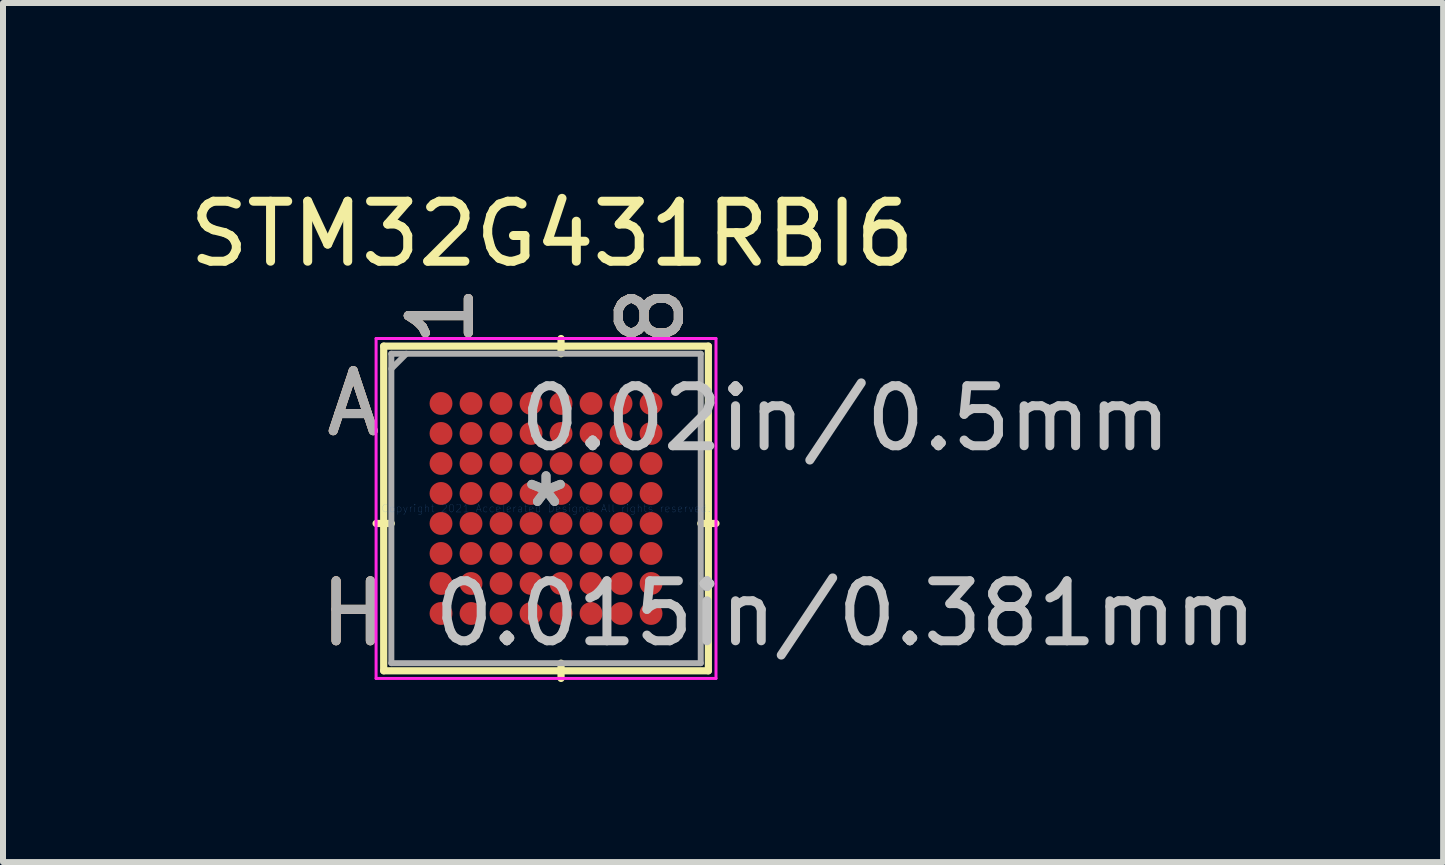
<source format=kicad_pcb>
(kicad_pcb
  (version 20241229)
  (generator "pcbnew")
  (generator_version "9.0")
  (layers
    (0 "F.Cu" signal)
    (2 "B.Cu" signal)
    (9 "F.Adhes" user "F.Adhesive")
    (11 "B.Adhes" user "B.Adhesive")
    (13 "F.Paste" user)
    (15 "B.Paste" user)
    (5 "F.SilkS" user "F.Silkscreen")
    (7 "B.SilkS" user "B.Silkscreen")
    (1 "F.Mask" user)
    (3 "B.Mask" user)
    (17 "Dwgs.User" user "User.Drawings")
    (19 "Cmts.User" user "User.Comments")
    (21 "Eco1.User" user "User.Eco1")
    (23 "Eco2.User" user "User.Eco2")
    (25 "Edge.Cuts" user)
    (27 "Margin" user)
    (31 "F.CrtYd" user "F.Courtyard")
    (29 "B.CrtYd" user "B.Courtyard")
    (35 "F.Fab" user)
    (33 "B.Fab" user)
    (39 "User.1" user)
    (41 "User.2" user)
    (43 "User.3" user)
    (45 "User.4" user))
  (footprint "STM32G431RBI6"
    (layer "F.Cu")
    (at 6.049 5.423)
    (property "Reference" "STM32G431RBI6" (at 0.1 -4.575 0) (layer "F.SilkS") (effects (font (size 1 1) (thickness 0.15))))
    (attr through_hole)
    (fp_line (start -2.705 -2.705) (end -2.705 2.705) (stroke (width 0.12) (type solid)) (layer "F.SilkS"))
    (fp_line (start -2.705 2.705) (end 2.705 2.705) (stroke (width 0.12) (type solid)) (layer "F.SilkS"))
    (fp_line (start -2.578 0.25) (end -2.832 0.25) (stroke (width 0.12) (type solid)) (layer "F.SilkS"))
    (fp_line (start 0.25 -2.578) (end 0.25 -2.832) (stroke (width 0.12) (type solid)) (layer "F.SilkS"))
    (fp_line (start 0.25 2.578) (end 0.25 2.832) (stroke (width 0.12) (type solid)) (layer "F.SilkS"))
    (fp_line (start 2.578 0.25) (end 2.832 0.25) (stroke (width 0.12) (type solid)) (layer "F.SilkS"))
    (fp_line (start 2.705 -2.705) (end -2.705 -2.705) (stroke (width 0.12) (type solid)) (layer "F.SilkS"))
    (fp_line (start 2.705 2.705) (end 2.705 -2.705) (stroke (width 0.12) (type solid)) (layer "F.SilkS"))
    (fp_line (start -2.832 -2.832) (end 2.832 -2.832) (stroke (width 0.05) (type solid)) (layer "F.CrtYd"))
    (fp_line (start -2.832 2.832) (end -2.832 -2.832) (stroke (width 0.05) (type solid)) (layer "F.CrtYd"))
    (fp_line (start 2.832 -2.832) (end 2.832 2.832) (stroke (width 0.05) (type solid)) (layer "F.CrtYd"))
    (fp_line (start 2.832 2.832) (end -2.832 2.832) (stroke (width 0.05) (type solid)) (layer "F.CrtYd"))
    (fp_line (start -2.578 -2.578) (end -2.578 2.578) (stroke (width 0.1) (type solid)) (layer "F.Fab"))
    (fp_line (start -2.578 2.578) (end 2.578 2.578) (stroke (width 0.1) (type solid)) (layer "F.Fab"))
    (fp_line (start -2.328 -2.578) (end -2.578 -2.328) (stroke (width 0.1) (type solid)) (layer "F.Fab"))
    (fp_line (start 2.578 -2.578) (end -2.578 -2.578) (stroke (width 0.1) (type solid)) (layer "F.Fab"))
    (fp_line (start 2.578 2.578) (end 2.578 -2.578) (stroke (width 0.1) (type solid)) (layer "F.Fab"))
    (fp_text user "1" (at -1.75 -3.213 90) (layer "F.SilkS") (effects (font (size 1 1) (thickness 0.15))))
    (fp_text user "A" (at -3.213 -1.75 0) (layer "F.SilkS") (effects (font (size 1 1) (thickness 0.15))))
    (fp_text user "8" (at 1.75 -3.213 90) (layer "F.SilkS") (effects (font (size 1 1) (thickness 0.15))))
    (fp_text user "H" (at -3.213 1.75 0) (layer "F.SilkS") (effects (font (size 1 1) (thickness 0.15))))
    (fp_text user "H" (at -3.213 1.75 0) (layer "B.SilkS") (effects (font (size 1 1) (thickness 0.15))))
    (fp_text user "8" (at 1.75 -3.213 90) (layer "B.SilkS") (effects (font (size 1 1) (thickness 0.15))))
    (fp_text user "1" (at -1.75 -3.213 90) (layer "B.SilkS") (effects (font (size 1 1) (thickness 0.15))))
    (fp_text user "A" (at -3.213 -1.75 0) (layer "B.SilkS") (effects (font (size 1 1) (thickness 0.15))))
    (fp_text user "0.02in/0.5mm" (at 4.991 -1.5 0) (layer "Dwgs.User") (effects (font (size 1 1) (thickness 0.15))))
    (fp_text user "0.015in/0.381mm" (at 4.991 1.75 0) (layer "Dwgs.User") (effects (font (size 1 1) (thickness 0.15))))
    (fp_text user "Copyright 2021 Accelerated Designs. All rights reserved." (at 0 0 0) (layer "Cmts.User") (effects (font (size 0.127 0.127) (thickness 0.002))))
    (fp_text user "A" (at -3.213 -1.75 0) (layer "F.Fab") (effects (font (size 1 1) (thickness 0.15))))
    (fp_text user "8" (at 1.75 -3.213 90) (layer "F.Fab") (effects (font (size 1 1) (thickness 0.15))))
    (fp_text user "*" (at 0 0 0) (layer "F.Fab") (effects (font (size 1 1) (thickness 0.15))))
    (fp_text user "1" (at -1.75 -3.213 90) (layer "F.Fab") (effects (font (size 1 1) (thickness 0.15))))
    (fp_text user "*" (at 0 0 0) (layer "F.Fab") (effects (font (size 1 1) (thickness 0.15))))
    (fp_text user "H" (at -3.213 1.75 0) (layer "F.Fab") (effects (font (size 1 1) (thickness 0.15))))
    (pad "A1" smd circle (at -1.75 -1.75) (size 0.381 0.381) (layers "F.Cu" "F.Mask" "F.Paste"))
    (pad "A2" smd circle (at -1.25 -1.75) (size 0.381 0.381) (layers "F.Cu" "F.Mask" "F.Paste"))
    (pad "A3" smd circle (at -0.75 -1.75) (size 0.381 0.381) (layers "F.Cu" "F.Mask" "F.Paste"))
    (pad "A4" smd circle (at -0.25 -1.75) (size 0.381 0.381) (layers "F.Cu" "F.Mask" "F.Paste"))
    (pad "A5" smd circle (at 0.25 -1.75) (size 0.381 0.381) (layers "F.Cu" "F.Mask" "F.Paste"))
    (pad "A6" smd circle (at 0.75 -1.75) (size 0.381 0.381) (layers "F.Cu" "F.Mask" "F.Paste"))
    (pad "A7" smd circle (at 1.25 -1.75) (size 0.381 0.381) (layers "F.Cu" "F.Mask" "F.Paste"))
    (pad "A8" smd circle (at 1.75 -1.75) (size 0.381 0.381) (layers "F.Cu" "F.Mask" "F.Paste"))
    (pad "B1" smd circle (at -1.75 -1.25) (size 0.381 0.381) (layers "F.Cu" "F.Mask" "F.Paste"))
    (pad "B2" smd circle (at -1.25 -1.25) (size 0.381 0.381) (layers "F.Cu" "F.Mask" "F.Paste"))
    (pad "B3" smd circle (at -0.75 -1.25) (size 0.381 0.381) (layers "F.Cu" "F.Mask" "F.Paste"))
    (pad "B4" smd circle (at -0.25 -1.25) (size 0.381 0.381) (layers "F.Cu" "F.Mask" "F.Paste"))
    (pad "B5" smd circle (at 0.25 -1.25) (size 0.381 0.381) (layers "F.Cu" "F.Mask" "F.Paste"))
    (pad "B6" smd circle (at 0.75 -1.25) (size 0.381 0.381) (layers "F.Cu" "F.Mask" "F.Paste"))
    (pad "B7" smd circle (at 1.25 -1.25) (size 0.381 0.381) (layers "F.Cu" "F.Mask" "F.Paste"))
    (pad "B8" smd circle (at 1.75 -1.25) (size 0.381 0.381) (layers "F.Cu" "F.Mask" "F.Paste"))
    (pad "C1" smd circle (at -1.75 -0.75) (size 0.381 0.381) (layers "F.Cu" "F.Mask" "F.Paste"))
    (pad "C2" smd circle (at -1.25 -0.75) (size 0.381 0.381) (layers "F.Cu" "F.Mask" "F.Paste"))
    (pad "C3" smd circle (at -0.75 -0.75) (size 0.381 0.381) (layers "F.Cu" "F.Mask" "F.Paste"))
    (pad "C4" smd circle (at -0.25 -0.75) (size 0.381 0.381) (layers "F.Cu" "F.Mask" "F.Paste"))
    (pad "C5" smd circle (at 0.25 -0.75) (size 0.381 0.381) (layers "F.Cu" "F.Mask" "F.Paste"))
    (pad "C6" smd circle (at 0.75 -0.75) (size 0.381 0.381) (layers "F.Cu" "F.Mask" "F.Paste"))
    (pad "C7" smd circle (at 1.25 -0.75) (size 0.381 0.381) (layers "F.Cu" "F.Mask" "F.Paste"))
    (pad "C8" smd circle (at 1.75 -0.75) (size 0.381 0.381) (layers "F.Cu" "F.Mask" "F.Paste"))
    (pad "D1" smd circle (at -1.75 -0.25) (size 0.381 0.381) (layers "F.Cu" "F.Mask" "F.Paste"))
    (pad "D2" smd circle (at -1.25 -0.25) (size 0.381 0.381) (layers "F.Cu" "F.Mask" "F.Paste"))
    (pad "D3" smd circle (at -0.75 -0.25) (size 0.381 0.381) (layers "F.Cu" "F.Mask" "F.Paste"))
    (pad "D4" smd circle (at -0.25 -0.25) (size 0.381 0.381) (layers "F.Cu" "F.Mask" "F.Paste"))
    (pad "D5" smd circle (at 0.25 -0.25) (size 0.381 0.381) (layers "F.Cu" "F.Mask" "F.Paste"))
    (pad "D6" smd circle (at 0.75 -0.25) (size 0.381 0.381) (layers "F.Cu" "F.Mask" "F.Paste"))
    (pad "D7" smd circle (at 1.25 -0.25) (size 0.381 0.381) (layers "F.Cu" "F.Mask" "F.Paste"))
    (pad "D8" smd circle (at 1.75 -0.25) (size 0.381 0.381) (layers "F.Cu" "F.Mask" "F.Paste"))
    (pad "E1" smd circle (at -1.75 0.25) (size 0.381 0.381) (layers "F.Cu" "F.Mask" "F.Paste"))
    (pad "E2" smd circle (at -1.25 0.25) (size 0.381 0.381) (layers "F.Cu" "F.Mask" "F.Paste"))
    (pad "E3" smd circle (at -0.75 0.25) (size 0.381 0.381) (layers "F.Cu" "F.Mask" "F.Paste"))
    (pad "E4" smd circle (at -0.25 0.25) (size 0.381 0.381) (layers "F.Cu" "F.Mask" "F.Paste"))
    (pad "E5" smd circle (at 0.25 0.25) (size 0.381 0.381) (layers "F.Cu" "F.Mask" "F.Paste"))
    (pad "E6" smd circle (at 0.75 0.25) (size 0.381 0.381) (layers "F.Cu" "F.Mask" "F.Paste"))
    (pad "E7" smd circle (at 1.25 0.25) (size 0.381 0.381) (layers "F.Cu" "F.Mask" "F.Paste"))
    (pad "E8" smd circle (at 1.75 0.25) (size 0.381 0.381) (layers "F.Cu" "F.Mask" "F.Paste"))
    (pad "F1" smd circle (at -1.75 0.75) (size 0.381 0.381) (layers "F.Cu" "F.Mask" "F.Paste"))
    (pad "F2" smd circle (at -1.25 0.75) (size 0.381 0.381) (layers "F.Cu" "F.Mask" "F.Paste"))
    (pad "F3" smd circle (at -0.75 0.75) (size 0.381 0.381) (layers "F.Cu" "F.Mask" "F.Paste"))
    (pad "F4" smd circle (at -0.25 0.75) (size 0.381 0.381) (layers "F.Cu" "F.Mask" "F.Paste"))
    (pad "F5" smd circle (at 0.25 0.75) (size 0.381 0.381) (layers "F.Cu" "F.Mask" "F.Paste"))
    (pad "F6" smd circle (at 0.75 0.75) (size 0.381 0.381) (layers "F.Cu" "F.Mask" "F.Paste"))
    (pad "F7" smd circle (at 1.25 0.75) (size 0.381 0.381) (layers "F.Cu" "F.Mask" "F.Paste"))
    (pad "F8" smd circle (at 1.75 0.75) (size 0.381 0.381) (layers "F.Cu" "F.Mask" "F.Paste"))
    (pad "G1" smd circle (at -1.75 1.25) (size 0.381 0.381) (layers "F.Cu" "F.Mask" "F.Paste"))
    (pad "G2" smd circle (at -1.25 1.25) (size 0.381 0.381) (layers "F.Cu" "F.Mask" "F.Paste"))
    (pad "G3" smd circle (at -0.75 1.25) (size 0.381 0.381) (layers "F.Cu" "F.Mask" "F.Paste"))
    (pad "G4" smd circle (at -0.25 1.25) (size 0.381 0.381) (layers "F.Cu" "F.Mask" "F.Paste"))
    (pad "G5" smd circle (at 0.25 1.25) (size 0.381 0.381) (layers "F.Cu" "F.Mask" "F.Paste"))
    (pad "G6" smd circle (at 0.75 1.25) (size 0.381 0.381) (layers "F.Cu" "F.Mask" "F.Paste"))
    (pad "G7" smd circle (at 1.25 1.25) (size 0.381 0.381) (layers "F.Cu" "F.Mask" "F.Paste"))
    (pad "G8" smd circle (at 1.75 1.25) (size 0.381 0.381) (layers "F.Cu" "F.Mask" "F.Paste"))
    (pad "H1" smd circle (at -1.75 1.75) (size 0.381 0.381) (layers "F.Cu" "F.Mask" "F.Paste"))
    (pad "H2" smd circle (at -1.25 1.75) (size 0.381 0.381) (layers "F.Cu" "F.Mask" "F.Paste"))
    (pad "H3" smd circle (at -0.75 1.75) (size 0.381 0.381) (layers "F.Cu" "F.Mask" "F.Paste"))
    (pad "H4" smd circle (at -0.25 1.75) (size 0.381 0.381) (layers "F.Cu" "F.Mask" "F.Paste"))
    (pad "H5" smd circle (at 0.25 1.75) (size 0.381 0.381) (layers "F.Cu" "F.Mask" "F.Paste"))
    (pad "H6" smd circle (at 0.75 1.75) (size 0.381 0.381) (layers "F.Cu" "F.Mask" "F.Paste"))
    (pad "H7" smd circle (at 1.25 1.75) (size 0.381 0.381) (layers "F.Cu" "F.Mask" "F.Paste"))
    (pad "H8" smd circle (at 1.75 1.75) (size 0.381 0.381) (layers "F.Cu" "F.Mask" "F.Paste")))
  (gr_rect
    (start -3 -3)
    (end 20.998 11.315)
    (stroke (width 0.1) (type default))
    (fill no)
    (layer "Edge.Cuts")))
</source>
